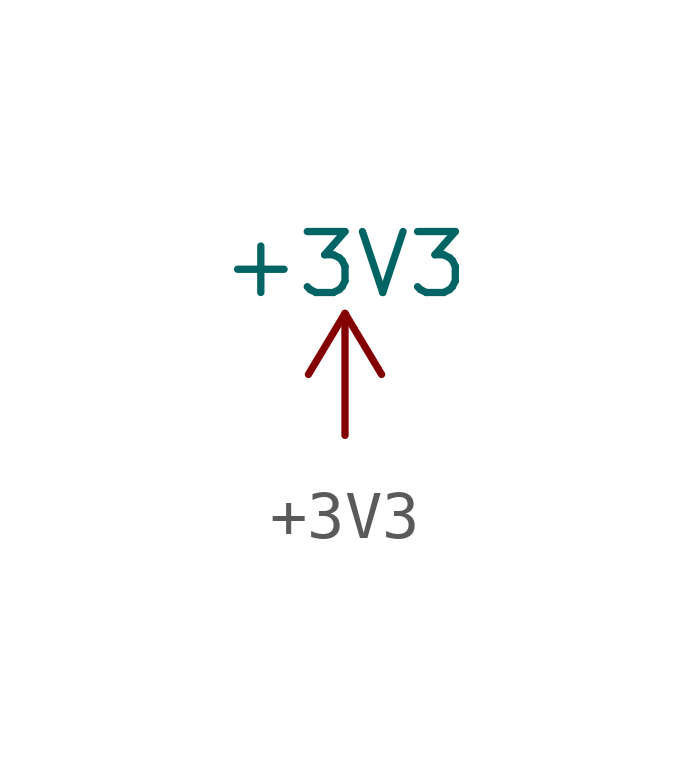
<source format=kicad_sym>
(kicad_symbol_lib
  (version 20211014)
  (generator kicad_symbol_editor)
  (symbol "+3V3"
    (power)
    (pin_names
      (offset 0))
    (property "Reference" "#PWR"
      (at 0 -3.81 0)
      (effects (font (size 1.27 1.27)) hide))
    (property "Value" "+3V3"
      (at 0 3.556 0)
      (effects (font (size 1.27 1.27))))
    (property "Footprint" ""
      (at 0 0 0)
      (effects (font (size 1.27 1.27))))
    (property "Datasheet" ""
      (at 0 0 0)
      (effects (font (size 1.27 1.27))))
    (symbol "+3V3_0_1"
      (polyline (pts (xy -0.762 1.27) (xy 0 2.54)) (stroke (width 0) (type default) (color 0 0 0 0)) (fill (type none)))
      (polyline (pts (xy 0 0) (xy 0 2.54)) (stroke (width 0) (type default) (color 0 0 0 0)) (fill (type none)))
      (polyline (pts (xy 0 2.54) (xy 0.762 1.27)) (stroke (width 0) (type default) (color 0 0 0 0)) (fill (type none))))
    (symbol "+3V3_1_1"
      (pin power_in line (at 0 0 90) (length 0) hide (name "+3V3" (effects (font (size 1.27 1.27)))) (number "1" (effects (font (size 1.27 1.27))))))))
</source>
